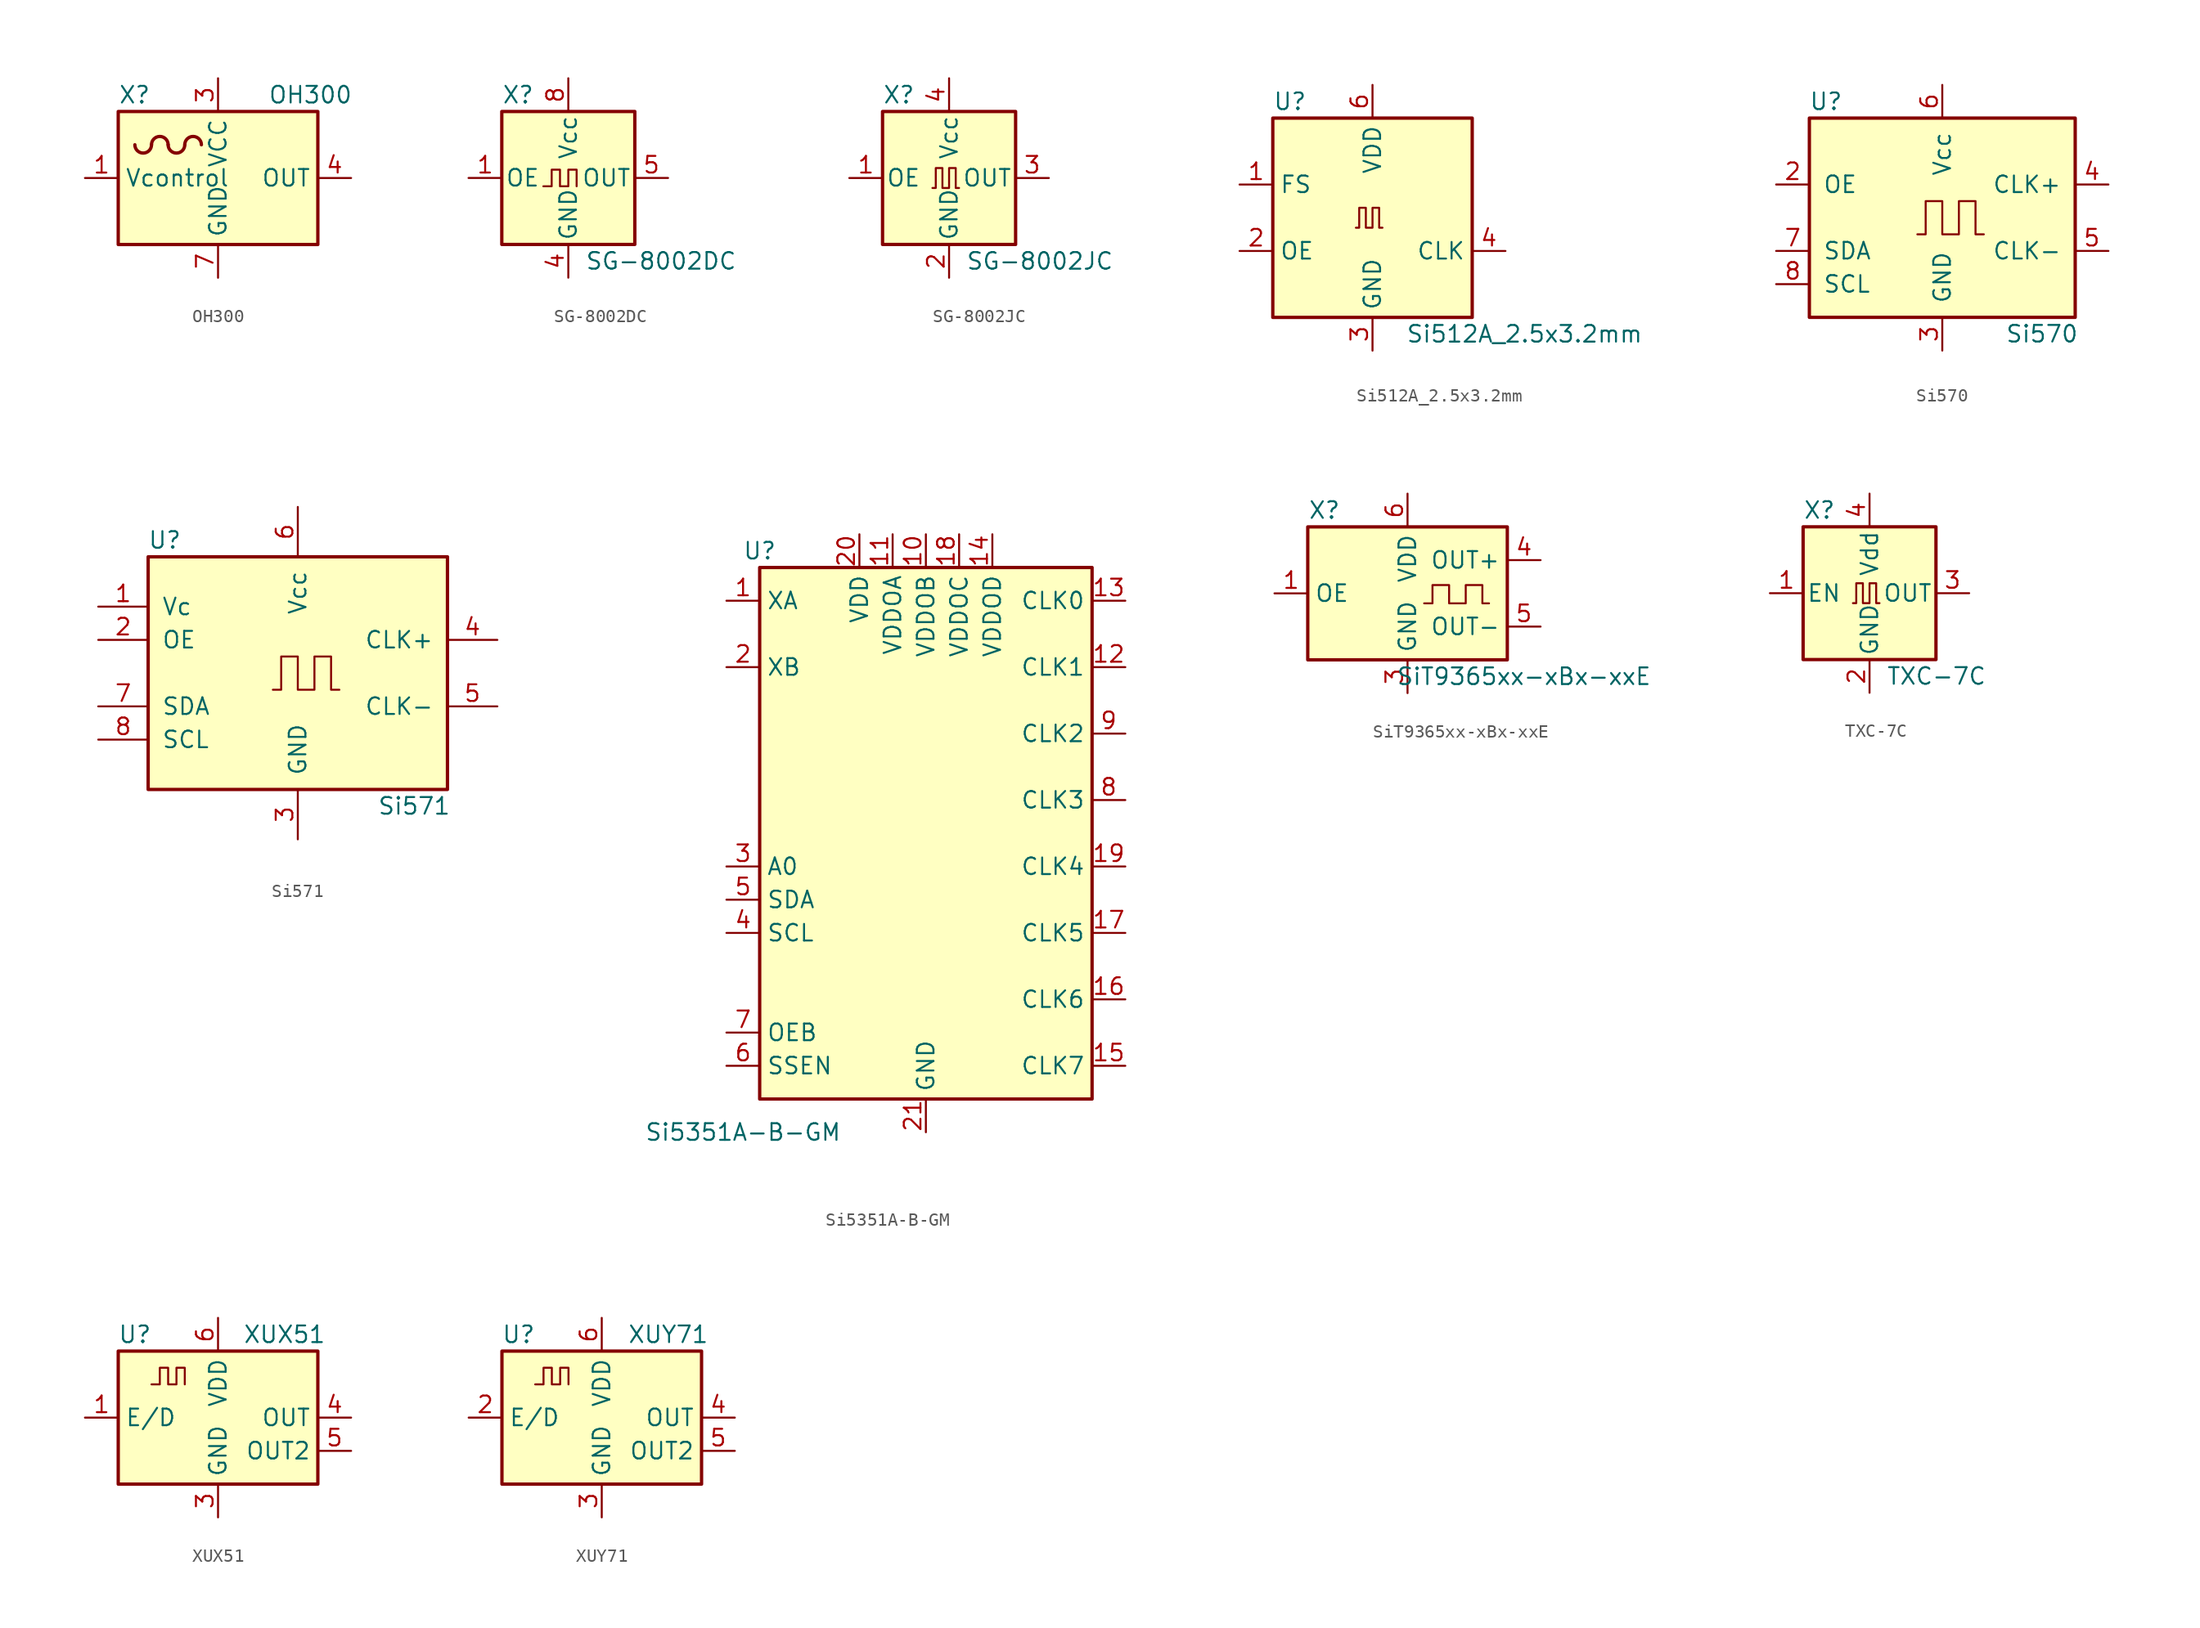
<source format=kicad_sym>
(kicad_symbol_lib
  (version 20220914)
  (generator kicad_symbol_editor)
  (symbol "OH300"
    (property "Reference" "X"
      (at -7.62 6.35 0)
      (effects (font (size 1.27 1.27)) (justify left)))
    (property "Value" "OH300"
      (at 3.81 6.35 0)
      (effects (font (size 1.27 1.27)) (justify left)))
    (symbol "OH300_0_1"
      (rectangle (start -7.62 5.08) (end 7.62 -5.08) (stroke (width 0.254) (type default)) (fill (type background)))
      (arc (start -6.35 2.54) (mid -5.715 1.9077) (end -5.08 2.54) (stroke (width 0.254) (type default)) (fill (type none)))
      (arc (start -3.81 2.54) (mid -4.445 3.1723) (end -5.08 2.54) (stroke (width 0.254) (type default)) (fill (type none)))
      (arc (start -3.81 2.54) (mid -3.175 1.9077) (end -2.54 2.54) (stroke (width 0.254) (type default)) (fill (type none)))
      (arc (start -1.27 2.54) (mid -1.905 3.1723) (end -2.54 2.54) (stroke (width 0.254) (type default)) (fill (type none))))
    (symbol "OH300_1_1"
      (pin input line (at -10.16 0 0) (length 2.54) (name "Vcontrol" (effects (font (size 1.27 1.27)))) (number "1" (effects (font (size 1.27 1.27)))))
      (pin no_connect line (at 2.54 -5.08 90) (length 2.54) hide (name "NC" (effects (font (size 1.27 1.27)))) (number "2" (effects (font (size 1.27 1.27)))))
      (pin power_in line (at 0 7.62 270) (length 2.54) (name "VCC" (effects (font (size 1.27 1.27)))) (number "3" (effects (font (size 1.27 1.27)))))
      (pin output line (at 10.16 0 180) (length 2.54) (name "OUT" (effects (font (size 1.27 1.27)))) (number "4" (effects (font (size 1.27 1.27)))))
      (pin no_connect line (at -2.54 -5.08 90) (length 2.54) hide (name "NC" (effects (font (size 1.27 1.27)))) (number "5" (effects (font (size 1.27 1.27)))))
      (pin no_connect line (at -5.08 -5.08 90) (length 2.54) hide (name "NC" (effects (font (size 1.27 1.27)))) (number "6" (effects (font (size 1.27 1.27)))))
      (pin power_in line (at 0 -7.62 90) (length 2.54) (name "GND" (effects (font (size 1.27 1.27)))) (number "7" (effects (font (size 1.27 1.27)))))))
  (symbol "SG-8002DC"
    (pin_names
      (offset 0.254))
    (property "Reference" "X"
      (at -5.08 6.35 0)
      (effects (font (size 1.27 1.27)) (justify left)))
    (property "Value" "SG-8002DC"
      (at 1.27 -6.35 0)
      (effects (font (size 1.27 1.27)) (justify left)))
    (symbol "SG-8002DC_0_1"
      (rectangle (start -5.08 5.08) (end 5.08 -5.08) (stroke (width 0.254) (type default)) (fill (type background)))
      (polyline (pts (xy -1.905 -0.635) (xy -1.27 -0.635) (xy -1.27 0.635) (xy -0.635 0.635) (xy -0.635 -0.635) (xy 0 -0.635) (xy 0 0.635) (xy 0.635 0.635) (xy 0.635 -0.635)) (stroke (width 0) (type default)) (fill (type none))))
    (symbol "SG-8002DC_1_1"
      (pin input line (at -7.62 0 0) (length 2.54) (name "OE" (effects (font (size 1.27 1.27)))) (number "1" (effects (font (size 1.27 1.27)))))
      (pin power_in line (at 0 -7.62 90) (length 2.54) (name "GND" (effects (font (size 1.27 1.27)))) (number "4" (effects (font (size 1.27 1.27)))))
      (pin output line (at 7.62 0 180) (length 2.54) (name "OUT" (effects (font (size 1.27 1.27)))) (number "5" (effects (font (size 1.27 1.27)))))
      (pin power_in line (at 0 7.62 270) (length 2.54) (name "Vcc" (effects (font (size 1.27 1.27)))) (number "8" (effects (font (size 1.27 1.27)))))))
  (symbol "SG-8002JC"
    (pin_names
      (offset 0.254))
    (property "Reference" "X"
      (at -5.08 6.35 0)
      (effects (font (size 1.27 1.27)) (justify left)))
    (property "Value" "SG-8002JC"
      (at 1.27 -6.35 0)
      (effects (font (size 1.27 1.27)) (justify left)))
    (symbol "SG-8002JC_0_1"
      (rectangle (start -5.08 5.08) (end 5.08 -5.08) (stroke (width 0.254) (type default)) (fill (type background)))
      (polyline (pts (xy -1.27 -0.762) (xy -1.016 -0.762) (xy -1.016 0.762) (xy -0.508 0.762) (xy -0.508 -0.762) (xy 0 -0.762) (xy 0 0.762) (xy 0.508 0.762) (xy 0.508 -0.762) (xy 0.762 -0.762)) (stroke (width 0) (type default)) (fill (type none))))
    (symbol "SG-8002JC_1_1"
      (pin input line (at -7.62 0 0) (length 2.54) (name "OE" (effects (font (size 1.27 1.27)))) (number "1" (effects (font (size 1.27 1.27)))))
      (pin power_in line (at 0 -7.62 90) (length 2.54) (name "GND" (effects (font (size 1.27 1.27)))) (number "2" (effects (font (size 1.27 1.27)))))
      (pin output line (at 7.62 0 180) (length 2.54) (name "OUT" (effects (font (size 1.27 1.27)))) (number "3" (effects (font (size 1.27 1.27)))))
      (pin power_in line (at 0 7.62 270) (length 2.54) (name "Vcc" (effects (font (size 1.27 1.27)))) (number "4" (effects (font (size 1.27 1.27)))))))
  (symbol "Si512A_2.5x3.2mm"
    (property "Reference" "U"
      (at -7.62 8.89 0)
      (effects (font (size 1.27 1.27)) (justify left)))
    (property "Value" "Si512A_2.5x3.2mm"
      (at 2.54 -8.89 0)
      (effects (font (size 1.27 1.27)) (justify left)))
    (symbol "Si512A_2.5x3.2mm_0_1"
      (rectangle (start -7.62 7.62) (end 7.62 -7.62) (stroke (width 0.254) (type default)) (fill (type background)))
      (polyline (pts (xy -1.27 -0.762) (xy -1.016 -0.762) (xy -1.016 0.762) (xy -0.508 0.762) (xy -0.508 -0.762) (xy 0 -0.762) (xy 0 0.762) (xy 0.508 0.762) (xy 0.508 -0.762) (xy 0.762 -0.762)) (stroke (width 0) (type default)) (fill (type none))))
    (symbol "Si512A_2.5x3.2mm_1_1"
      (pin input line (at -10.16 2.54 0) (length 2.54) (name "FS" (effects (font (size 1.27 1.27)))) (number "1" (effects (font (size 1.27 1.27)))))
      (pin input line (at -10.16 -2.54 0) (length 2.54) (name "OE" (effects (font (size 1.27 1.27)))) (number "2" (effects (font (size 1.27 1.27)))))
      (pin power_in line (at 0 -10.16 90) (length 2.54) (name "GND" (effects (font (size 1.27 1.27)))) (number "3" (effects (font (size 1.27 1.27)))))
      (pin output line (at 10.16 -2.54 180) (length 2.54) (name "CLK" (effects (font (size 1.27 1.27)))) (number "4" (effects (font (size 1.27 1.27)))))
      (pin no_connect line (at 7.62 2.54 180) (length 2.54) hide (name "NC" (effects (font (size 1.27 1.27)))) (number "5" (effects (font (size 1.27 1.27)))))
      (pin power_in line (at 0 10.16 270) (length 2.54) (name "VDD" (effects (font (size 1.27 1.27)))) (number "6" (effects (font (size 1.27 1.27)))))))
  (symbol "Si570"
    (pin_names
      (offset 1.016))
    (property "Reference" "U"
      (at -8.89 8.89 0)
      (effects (font (size 1.27 1.27))))
    (property "Value" "Si570"
      (at 7.62 -8.89 0)
      (effects (font (size 1.27 1.27))))
    (symbol "Si570_0_1"
      (rectangle (start -10.16 7.62) (end 10.16 -7.62) (stroke (width 0.254) (type default)) (fill (type background)))
      (polyline (pts (xy -1.905 -1.27) (xy -1.27 -1.27) (xy -1.27 1.27) (xy 0 1.27) (xy 0 -1.27) (xy 1.27 -1.27) (xy 1.27 1.27) (xy 2.54 1.27) (xy 2.54 -1.27) (xy 3.175 -1.27)) (stroke (width 0) (type default)) (fill (type none))))
    (symbol "Si570_1_1"
      (pin no_connect line (at -10.16 5.08 0) (length 2.54) hide (name "NC" (effects (font (size 1.27 1.27)))) (number "1" (effects (font (size 1.27 1.27)))))
      (pin input line (at -12.7 2.54 0) (length 2.54) (name "OE" (effects (font (size 1.27 1.27)))) (number "2" (effects (font (size 1.27 1.27)))))
      (pin power_in line (at 0 -10.16 90) (length 2.54) (name "GND" (effects (font (size 1.27 1.27)))) (number "3" (effects (font (size 1.27 1.27)))))
      (pin output line (at 12.7 2.54 180) (length 2.54) (name "CLK+" (effects (font (size 1.27 1.27)))) (number "4" (effects (font (size 1.27 1.27)))))
      (pin output line (at 12.7 -2.54 180) (length 2.54) (name "CLK-" (effects (font (size 1.27 1.27)))) (number "5" (effects (font (size 1.27 1.27)))))
      (pin power_in line (at 0 10.16 270) (length 2.54) (name "Vcc" (effects (font (size 1.27 1.27)))) (number "6" (effects (font (size 1.27 1.27)))))
      (pin bidirectional line (at -12.7 -2.54 0) (length 2.54) (name "SDA" (effects (font (size 1.27 1.27)))) (number "7" (effects (font (size 1.27 1.27)))))
      (pin input line (at -12.7 -5.08 0) (length 2.54) (name "SCL" (effects (font (size 1.27 1.27)))) (number "8" (effects (font (size 1.27 1.27)))))))
  (symbol "Si571"
    (pin_names
      (offset 1.016))
    (property "Reference" "U"
      (at -10.16 10.16 0)
      (effects (font (size 1.27 1.27))))
    (property "Value" "Si571"
      (at 8.89 -10.16 0)
      (effects (font (size 1.27 1.27))))
    (symbol "Si571_0_1"
      (rectangle (start -11.43 8.89) (end 11.43 -8.89) (stroke (width 0.254) (type default)) (fill (type background)))
      (polyline (pts (xy -1.905 -1.27) (xy -1.27 -1.27) (xy -1.27 1.27) (xy 0 1.27) (xy 0 -1.27) (xy 1.27 -1.27) (xy 1.27 1.27) (xy 2.54 1.27) (xy 2.54 -1.27) (xy 3.175 -1.27)) (stroke (width 0) (type default)) (fill (type none))))
    (symbol "Si571_1_1"
      (pin input line (at -15.24 5.08 0) (length 3.81) (name "Vc" (effects (font (size 1.27 1.27)))) (number "1" (effects (font (size 1.27 1.27)))))
      (pin input line (at -15.24 2.54 0) (length 3.81) (name "OE" (effects (font (size 1.27 1.27)))) (number "2" (effects (font (size 1.27 1.27)))))
      (pin power_in line (at 0 -12.7 90) (length 3.81) (name "GND" (effects (font (size 1.27 1.27)))) (number "3" (effects (font (size 1.27 1.27)))))
      (pin output line (at 15.24 2.54 180) (length 3.81) (name "CLK+" (effects (font (size 1.27 1.27)))) (number "4" (effects (font (size 1.27 1.27)))))
      (pin output line (at 15.24 -2.54 180) (length 3.81) (name "CLK-" (effects (font (size 1.27 1.27)))) (number "5" (effects (font (size 1.27 1.27)))))
      (pin power_in line (at 0 12.7 270) (length 3.81) (name "Vcc" (effects (font (size 1.27 1.27)))) (number "6" (effects (font (size 1.27 1.27)))))
      (pin bidirectional line (at -15.24 -2.54 0) (length 3.81) (name "SDA" (effects (font (size 1.27 1.27)))) (number "7" (effects (font (size 1.27 1.27)))))
      (pin input line (at -15.24 -5.08 0) (length 3.81) (name "SCL" (effects (font (size 1.27 1.27)))) (number "8" (effects (font (size 1.27 1.27)))))))
  (symbol "Si5351A-B-GM"
    (property "Reference" "U"
      (at -12.7 21.59 0)
      (effects (font (size 1.27 1.27))))
    (property "Value" "Si5351A-B-GM"
      (at -13.97 -22.86 0)
      (effects (font (size 1.27 1.27))))
    (symbol "Si5351A-B-GM_1_1"
      (rectangle (start -12.7 20.32) (end 12.7 -20.32) (stroke (width 0.254) (type default)) (fill (type background)))
      (pin input line (at -15.24 17.78 0) (length 2.54) (name "XA" (effects (font (size 1.27 1.27)))) (number "1" (effects (font (size 1.27 1.27)))))
      (pin power_in line (at 0 22.86 270) (length 2.54) (name "VDDOB" (effects (font (size 1.27 1.27)))) (number "10" (effects (font (size 1.27 1.27)))))
      (pin power_in line (at -2.54 22.86 270) (length 2.54) (name "VDDOA" (effects (font (size 1.27 1.27)))) (number "11" (effects (font (size 1.27 1.27)))))
      (pin output line (at 15.24 12.7 180) (length 2.54) (name "CLK1" (effects (font (size 1.27 1.27)))) (number "12" (effects (font (size 1.27 1.27)))))
      (pin output line (at 15.24 17.78 180) (length 2.54) (name "CLK0" (effects (font (size 1.27 1.27)))) (number "13" (effects (font (size 1.27 1.27)))))
      (pin power_in line (at 5.08 22.86 270) (length 2.54) (name "VDDOD" (effects (font (size 1.27 1.27)))) (number "14" (effects (font (size 1.27 1.27)))))
      (pin output line (at 15.24 -17.78 180) (length 2.54) (name "CLK7" (effects (font (size 1.27 1.27)))) (number "15" (effects (font (size 1.27 1.27)))))
      (pin output line (at 15.24 -12.7 180) (length 2.54) (name "CLK6" (effects (font (size 1.27 1.27)))) (number "16" (effects (font (size 1.27 1.27)))))
      (pin output line (at 15.24 -7.62 180) (length 2.54) (name "CLK5" (effects (font (size 1.27 1.27)))) (number "17" (effects (font (size 1.27 1.27)))))
      (pin power_in line (at 2.54 22.86 270) (length 2.54) (name "VDDOC" (effects (font (size 1.27 1.27)))) (number "18" (effects (font (size 1.27 1.27)))))
      (pin output line (at 15.24 -2.54 180) (length 2.54) (name "CLK4" (effects (font (size 1.27 1.27)))) (number "19" (effects (font (size 1.27 1.27)))))
      (pin input line (at -15.24 12.7 0) (length 2.54) (name "XB" (effects (font (size 1.27 1.27)))) (number "2" (effects (font (size 1.27 1.27)))))
      (pin power_in line (at -5.08 22.86 270) (length 2.54) (name "VDD" (effects (font (size 1.27 1.27)))) (number "20" (effects (font (size 1.27 1.27)))))
      (pin power_in line (at 0 -22.86 90) (length 2.54) (name "GND" (effects (font (size 1.27 1.27)))) (number "21" (effects (font (size 1.27 1.27)))))
      (pin input line (at -15.24 -2.54 0) (length 2.54) (name "A0" (effects (font (size 1.27 1.27)))) (number "3" (effects (font (size 1.27 1.27)))))
      (pin input line (at -15.24 -7.62 0) (length 2.54) (name "SCL" (effects (font (size 1.27 1.27)))) (number "4" (effects (font (size 1.27 1.27)))))
      (pin bidirectional line (at -15.24 -5.08 0) (length 2.54) (name "SDA" (effects (font (size 1.27 1.27)))) (number "5" (effects (font (size 1.27 1.27)))))
      (pin input line (at -15.24 -17.78 0) (length 2.54) (name "SSEN" (effects (font (size 1.27 1.27)))) (number "6" (effects (font (size 1.27 1.27)))))
      (pin input line (at -15.24 -15.24 0) (length 2.54) (name "OEB" (effects (font (size 1.27 1.27)))) (number "7" (effects (font (size 1.27 1.27)))))
      (pin output line (at 15.24 2.54 180) (length 2.54) (name "CLK3" (effects (font (size 1.27 1.27)))) (number "8" (effects (font (size 1.27 1.27)))))
      (pin output line (at 15.24 7.62 180) (length 2.54) (name "CLK2" (effects (font (size 1.27 1.27)))) (number "9" (effects (font (size 1.27 1.27)))))))
  (symbol "SiT9365xx-xBx-xxE"
    (property "Reference" "X"
      (at -6.35 6.35 0)
      (effects (font (size 1.27 1.27))))
    (property "Value" "SiT9365xx-xBx-xxE"
      (at 8.89 -6.35 0)
      (effects (font (size 1.27 1.27))))
    (symbol "SiT9365xx-xBx-xxE_0_1"
      (rectangle (start -7.62 5.08) (end 7.62 -5.08) (stroke (width 0.254) (type default)) (fill (type background)))
      (polyline (pts (xy 1.27 -0.762) (xy 1.905 -0.762) (xy 1.905 0.635) (xy 3.175 0.635) (xy 3.175 -0.762) (xy 4.445 -0.762) (xy 4.445 0.635) (xy 5.715 0.635) (xy 5.715 -0.762) (xy 6.223 -0.762)) (stroke (width 0) (type default)) (fill (type none))))
    (symbol "SiT9365xx-xBx-xxE_1_1"
      (pin input line (at -10.16 0 0) (length 2.54) (name "OE" (effects (font (size 1.27 1.27)))) (number "1" (effects (font (size 1.27 1.27)))))
      (pin no_connect line (at -7.62 2.54 0) (length 2.54) hide (name "NC" (effects (font (size 1.27 1.27)))) (number "2" (effects (font (size 1.27 1.27)))))
      (pin power_in line (at 0 -7.62 90) (length 2.54) (name "GND" (effects (font (size 1.27 1.27)))) (number "3" (effects (font (size 1.27 1.27)))))
      (pin output line (at 10.16 2.54 180) (length 2.54) (name "OUT+" (effects (font (size 1.27 1.27)))) (number "4" (effects (font (size 1.27 1.27)))))
      (pin output line (at 10.16 -2.54 180) (length 2.54) (name "OUT-" (effects (font (size 1.27 1.27)))) (number "5" (effects (font (size 1.27 1.27)))))
      (pin power_in line (at 0 7.62 270) (length 2.54) (name "VDD" (effects (font (size 1.27 1.27)))) (number "6" (effects (font (size 1.27 1.27)))))))
  (symbol "TXC-7C"
    (pin_names
      (offset 0.254))
    (property "Reference" "X"
      (at -5.08 6.35 0)
      (effects (font (size 1.27 1.27)) (justify left)))
    (property "Value" "TXC-7C"
      (at 1.27 -6.35 0)
      (effects (font (size 1.27 1.27)) (justify left)))
    (symbol "TXC-7C_0_1"
      (rectangle (start -5.08 5.08) (end 5.08 -5.08) (stroke (width 0.254) (type default)) (fill (type background)))
      (polyline (pts (xy -1.27 -0.762) (xy -1.016 -0.762) (xy -1.016 0.762) (xy -0.508 0.762) (xy -0.508 -0.762) (xy 0 -0.762) (xy 0 0.762) (xy 0.508 0.762) (xy 0.508 -0.762) (xy 0.762 -0.762)) (stroke (width 0) (type default)) (fill (type none))))
    (symbol "TXC-7C_1_1"
      (pin input line (at -7.62 0 0) (length 2.54) (name "EN" (effects (font (size 1.27 1.27)))) (number "1" (effects (font (size 1.27 1.27)))))
      (pin power_in line (at 0 -7.62 90) (length 2.54) (name "GND" (effects (font (size 1.27 1.27)))) (number "2" (effects (font (size 1.27 1.27)))))
      (pin output line (at 7.62 0 180) (length 2.54) (name "OUT" (effects (font (size 1.27 1.27)))) (number "3" (effects (font (size 1.27 1.27)))))
      (pin power_in line (at 0 7.62 270) (length 2.54) (name "Vdd" (effects (font (size 1.27 1.27)))) (number "4" (effects (font (size 1.27 1.27)))))))
  (symbol "XUX51"
    (property "Reference" "U"
      (at -6.35 6.35 0)
      (effects (font (size 1.27 1.27))))
    (property "Value" "XUX51"
      (at 5.08 6.35 0)
      (effects (font (size 1.27 1.27))))
    (symbol "XUX51_0_1"
      (rectangle (start -7.62 5.08) (end 7.62 -5.08) (stroke (width 0.254) (type default)) (fill (type background)))
      (polyline (pts (xy -5.08 2.54) (xy -4.445 2.54) (xy -4.445 3.81) (xy -3.81 3.81) (xy -3.81 2.54) (xy -3.175 2.54) (xy -3.175 3.81) (xy -2.54 3.81) (xy -2.54 2.54)) (stroke (width 0) (type default)) (fill (type none))))
    (symbol "XUX51_1_1"
      (pin input line (at -10.16 0 0) (length 2.54) (name "E/D" (effects (font (size 1.27 1.27)))) (number "1" (effects (font (size 1.27 1.27)))))
      (pin no_connect line (at -7.62 -2.54 0) (length 2.54) hide (name "NC" (effects (font (size 1.27 1.27)))) (number "2" (effects (font (size 1.27 1.27)))))
      (pin power_in line (at 0 -7.62 90) (length 2.54) (name "GND" (effects (font (size 1.27 1.27)))) (number "3" (effects (font (size 1.27 1.27)))))
      (pin output line (at 10.16 0 180) (length 2.54) (name "OUT" (effects (font (size 1.27 1.27)))) (number "4" (effects (font (size 1.27 1.27)))))
      (pin output line (at 10.16 -2.54 180) (length 2.54) (name "OUT2" (effects (font (size 1.27 1.27)))) (number "5" (effects (font (size 1.27 1.27)))))
      (pin power_in line (at 0 7.62 270) (length 2.54) (name "VDD" (effects (font (size 1.27 1.27)))) (number "6" (effects (font (size 1.27 1.27)))))))
  (symbol "XUY71"
    (property "Reference" "U"
      (at -6.35 6.35 0)
      (effects (font (size 1.27 1.27))))
    (property "Value" "XUY71"
      (at 5.08 6.35 0)
      (effects (font (size 1.27 1.27))))
    (symbol "XUY71_0_1"
      (rectangle (start -7.62 5.08) (end 7.62 -5.08) (stroke (width 0.254) (type default)) (fill (type background))))
    (symbol "XUY71_1_1"
      (polyline (pts (xy -5.08 2.54) (xy -4.445 2.54) (xy -4.445 3.81) (xy -3.81 3.81) (xy -3.81 2.54) (xy -3.175 2.54) (xy -3.175 3.81) (xy -2.54 3.81) (xy -2.54 2.54)) (stroke (width 0) (type default)) (fill (type none)))
      (pin no_connect line (at -7.62 -2.54 0) (length 2.54) hide (name "NC" (effects (font (size 1.27 1.27)))) (number "1" (effects (font (size 1.27 1.27)))))
      (pin input line (at -10.16 0 0) (length 2.54) (name "E/D" (effects (font (size 1.27 1.27)))) (number "2" (effects (font (size 1.27 1.27)))))
      (pin power_in line (at 0 -7.62 90) (length 2.54) (name "GND" (effects (font (size 1.27 1.27)))) (number "3" (effects (font (size 1.27 1.27)))))
      (pin output line (at 10.16 0 180) (length 2.54) (name "OUT" (effects (font (size 1.27 1.27)))) (number "4" (effects (font (size 1.27 1.27)))))
      (pin output line (at 10.16 -2.54 180) (length 2.54) (name "OUT2" (effects (font (size 1.27 1.27)))) (number "5" (effects (font (size 1.27 1.27)))))
      (pin power_in line (at 0 7.62 270) (length 2.54) (name "VDD" (effects (font (size 1.27 1.27)))) (number "6" (effects (font (size 1.27 1.27))))))))
</source>
